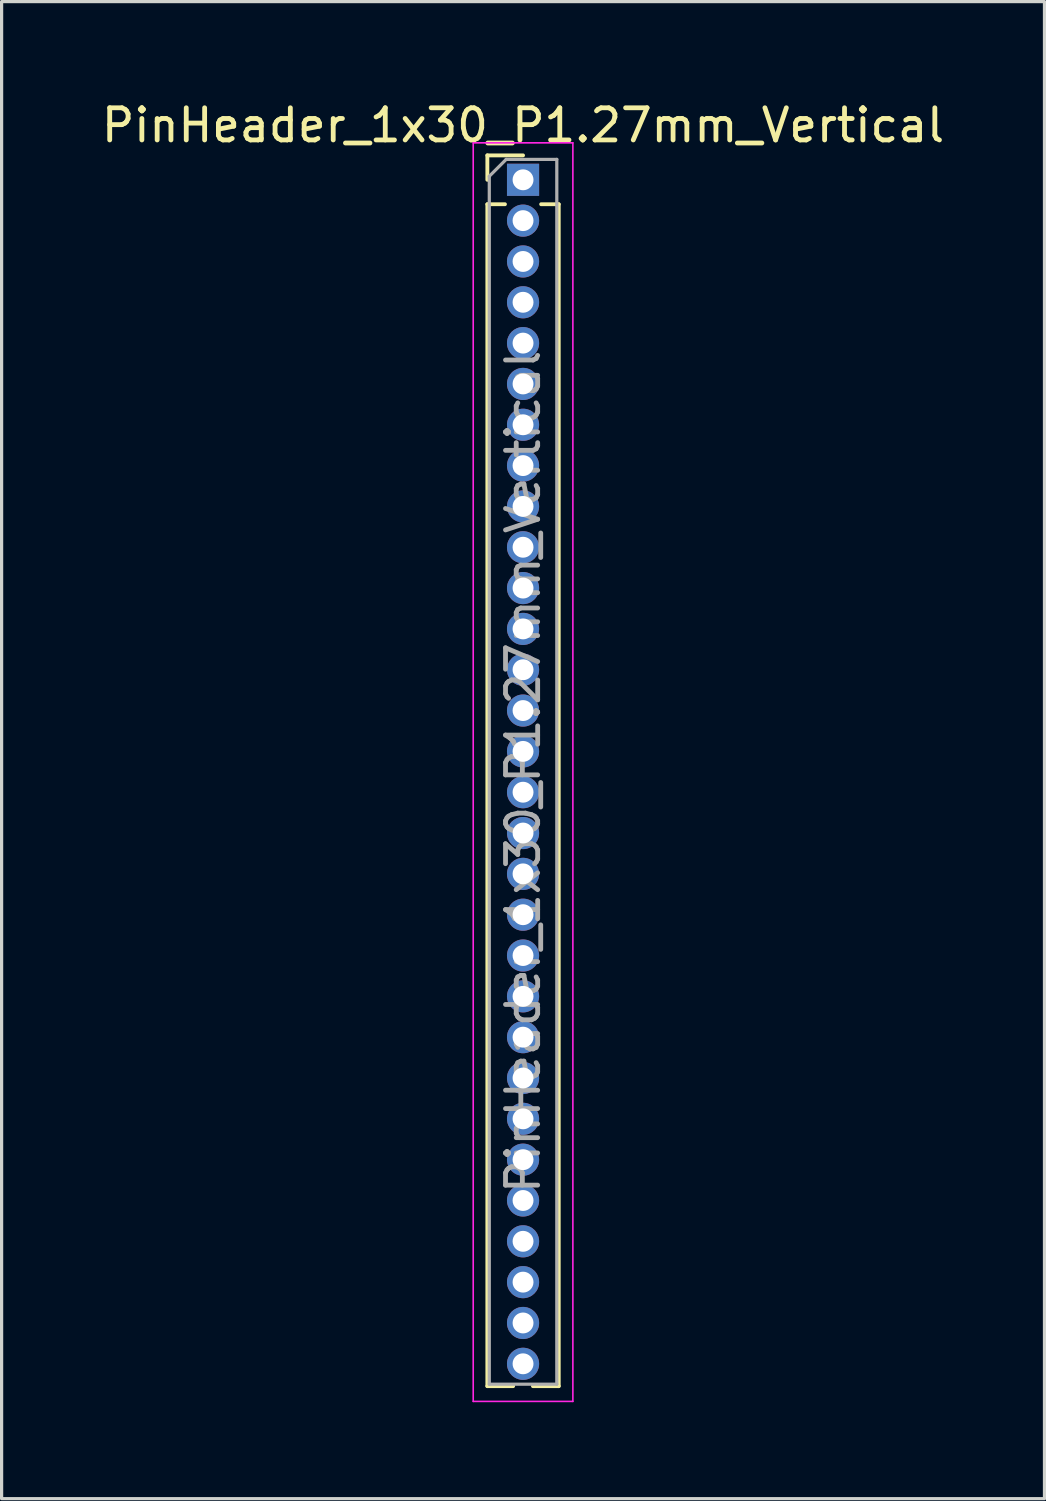
<source format=kicad_pcb>
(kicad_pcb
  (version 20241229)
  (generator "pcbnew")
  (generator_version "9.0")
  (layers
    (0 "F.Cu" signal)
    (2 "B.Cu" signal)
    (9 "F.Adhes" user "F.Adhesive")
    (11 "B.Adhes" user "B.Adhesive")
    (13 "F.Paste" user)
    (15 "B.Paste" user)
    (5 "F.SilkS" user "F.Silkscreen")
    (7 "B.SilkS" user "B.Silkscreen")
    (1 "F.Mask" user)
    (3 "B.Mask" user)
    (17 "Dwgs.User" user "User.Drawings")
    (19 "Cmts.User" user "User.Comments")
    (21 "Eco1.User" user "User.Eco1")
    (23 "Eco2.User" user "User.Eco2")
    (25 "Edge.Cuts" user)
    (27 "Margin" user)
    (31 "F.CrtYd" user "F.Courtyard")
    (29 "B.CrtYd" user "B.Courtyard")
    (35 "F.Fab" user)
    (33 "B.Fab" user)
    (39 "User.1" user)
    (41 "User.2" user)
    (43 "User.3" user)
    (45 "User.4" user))
  (footprint "PinHeader_1x30_P1.27mm_Vertical"
    (layer "F.Cu")
    (at 13.22 2.543)
    (property "Reference" "PinHeader_1x30_P1.27mm_Vertical" (at 0 -1.695 0) (layer "F.SilkS") (effects (font (size 1 1) (thickness 0.15))))
    (attr through_hole)
    (fp_line (start -1.11 -0.76) (end 0 -0.76) (stroke (width 0.12) (type solid)) (layer "F.SilkS"))
    (fp_line (start -1.11 0) (end -1.11 -0.76) (stroke (width 0.12) (type solid)) (layer "F.SilkS"))
    (fp_line (start -1.11 0.76) (end -1.11 37.525) (stroke (width 0.12) (type solid)) (layer "F.SilkS"))
    (fp_line (start -1.11 0.76) (end -0.563 0.76) (stroke (width 0.12) (type solid)) (layer "F.SilkS"))
    (fp_line (start -1.11 37.525) (end -0.308 37.525) (stroke (width 0.12) (type solid)) (layer "F.SilkS"))
    (fp_line (start 0.308 37.525) (end 1.11 37.525) (stroke (width 0.12) (type solid)) (layer "F.SilkS"))
    (fp_line (start 0.563 0.76) (end 1.11 0.76) (stroke (width 0.12) (type solid)) (layer "F.SilkS"))
    (fp_line (start 1.11 0.76) (end 1.11 37.525) (stroke (width 0.12) (type solid)) (layer "F.SilkS"))
    (fp_line (start -1.55 -1.15) (end -1.55 38) (stroke (width 0.05) (type solid)) (layer "F.CrtYd"))
    (fp_line (start -1.55 38) (end 1.55 38) (stroke (width 0.05) (type solid)) (layer "F.CrtYd"))
    (fp_line (start 1.55 -1.15) (end -1.55 -1.15) (stroke (width 0.05) (type solid)) (layer "F.CrtYd"))
    (fp_line (start 1.55 38) (end 1.55 -1.15) (stroke (width 0.05) (type solid)) (layer "F.CrtYd"))
    (fp_line (start -1.05 -0.11) (end -0.525 -0.635) (stroke (width 0.1) (type solid)) (layer "F.Fab"))
    (fp_line (start -1.05 37.465) (end -1.05 -0.11) (stroke (width 0.1) (type solid)) (layer "F.Fab"))
    (fp_line (start -0.525 -0.635) (end 1.05 -0.635) (stroke (width 0.1) (type solid)) (layer "F.Fab"))
    (fp_line (start 1.05 -0.635) (end 1.05 37.465) (stroke (width 0.1) (type solid)) (layer "F.Fab"))
    (fp_line (start 1.05 37.465) (end -1.05 37.465) (stroke (width 0.1) (type solid)) (layer "F.Fab"))
    (fp_text user "${REFERENCE}" (at 0 18.415 90) (layer "F.Fab") (effects (font (size 1 1) (thickness 0.15))))
    (pad "1" thru_hole rect (at 0 0) (size 1 1) (drill 0.65) (layers "*.Cu" "*.Mask"))
    (pad "2" thru_hole oval (at 0 1.27) (size 1 1) (drill 0.65) (layers "*.Cu" "*.Mask"))
    (pad "3" thru_hole oval (at 0 2.54) (size 1 1) (drill 0.65) (layers "*.Cu" "*.Mask"))
    (pad "4" thru_hole oval (at 0 3.81) (size 1 1) (drill 0.65) (layers "*.Cu" "*.Mask"))
    (pad "5" thru_hole oval (at 0 5.08) (size 1 1) (drill 0.65) (layers "*.Cu" "*.Mask"))
    (pad "6" thru_hole oval (at 0 6.35) (size 1 1) (drill 0.65) (layers "*.Cu" "*.Mask"))
    (pad "7" thru_hole oval (at 0 7.62) (size 1 1) (drill 0.65) (layers "*.Cu" "*.Mask"))
    (pad "8" thru_hole oval (at 0 8.89) (size 1 1) (drill 0.65) (layers "*.Cu" "*.Mask"))
    (pad "9" thru_hole oval (at 0 10.16) (size 1 1) (drill 0.65) (layers "*.Cu" "*.Mask"))
    (pad "10" thru_hole oval (at 0 11.43) (size 1 1) (drill 0.65) (layers "*.Cu" "*.Mask"))
    (pad "11" thru_hole oval (at 0 12.7) (size 1 1) (drill 0.65) (layers "*.Cu" "*.Mask"))
    (pad "12" thru_hole oval (at 0 13.97) (size 1 1) (drill 0.65) (layers "*.Cu" "*.Mask"))
    (pad "13" thru_hole oval (at 0 15.24) (size 1 1) (drill 0.65) (layers "*.Cu" "*.Mask"))
    (pad "14" thru_hole oval (at 0 16.51) (size 1 1) (drill 0.65) (layers "*.Cu" "*.Mask"))
    (pad "15" thru_hole oval (at 0 17.78) (size 1 1) (drill 0.65) (layers "*.Cu" "*.Mask"))
    (pad "16" thru_hole oval (at 0 19.05) (size 1 1) (drill 0.65) (layers "*.Cu" "*.Mask"))
    (pad "17" thru_hole oval (at 0 20.32) (size 1 1) (drill 0.65) (layers "*.Cu" "*.Mask"))
    (pad "18" thru_hole oval (at 0 21.59) (size 1 1) (drill 0.65) (layers "*.Cu" "*.Mask"))
    (pad "19" thru_hole oval (at 0 22.86) (size 1 1) (drill 0.65) (layers "*.Cu" "*.Mask"))
    (pad "20" thru_hole oval (at 0 24.13) (size 1 1) (drill 0.65) (layers "*.Cu" "*.Mask"))
    (pad "21" thru_hole oval (at 0 25.4) (size 1 1) (drill 0.65) (layers "*.Cu" "*.Mask"))
    (pad "22" thru_hole oval (at 0 26.67) (size 1 1) (drill 0.65) (layers "*.Cu" "*.Mask"))
    (pad "23" thru_hole oval (at 0 27.94) (size 1 1) (drill 0.65) (layers "*.Cu" "*.Mask"))
    (pad "24" thru_hole oval (at 0 29.21) (size 1 1) (drill 0.65) (layers "*.Cu" "*.Mask"))
    (pad "25" thru_hole oval (at 0 30.48) (size 1 1) (drill 0.65) (layers "*.Cu" "*.Mask"))
    (pad "26" thru_hole oval (at 0 31.75) (size 1 1) (drill 0.65) (layers "*.Cu" "*.Mask"))
    (pad "27" thru_hole oval (at 0 33.02) (size 1 1) (drill 0.65) (layers "*.Cu" "*.Mask"))
    (pad "28" thru_hole oval (at 0 34.29) (size 1 1) (drill 0.65) (layers "*.Cu" "*.Mask"))
    (pad "29" thru_hole oval (at 0 35.56) (size 1 1) (drill 0.65) (layers "*.Cu" "*.Mask"))
    (pad "30" thru_hole oval (at 0 36.83) (size 1 1) (drill 0.65) (layers "*.Cu" "*.Mask")))
  (gr_rect
    (start -3 -3)
    (end 29.44 43.568)
    (stroke (width 0.1) (type default))
    (fill no)
    (layer "Edge.Cuts")))
</source>
